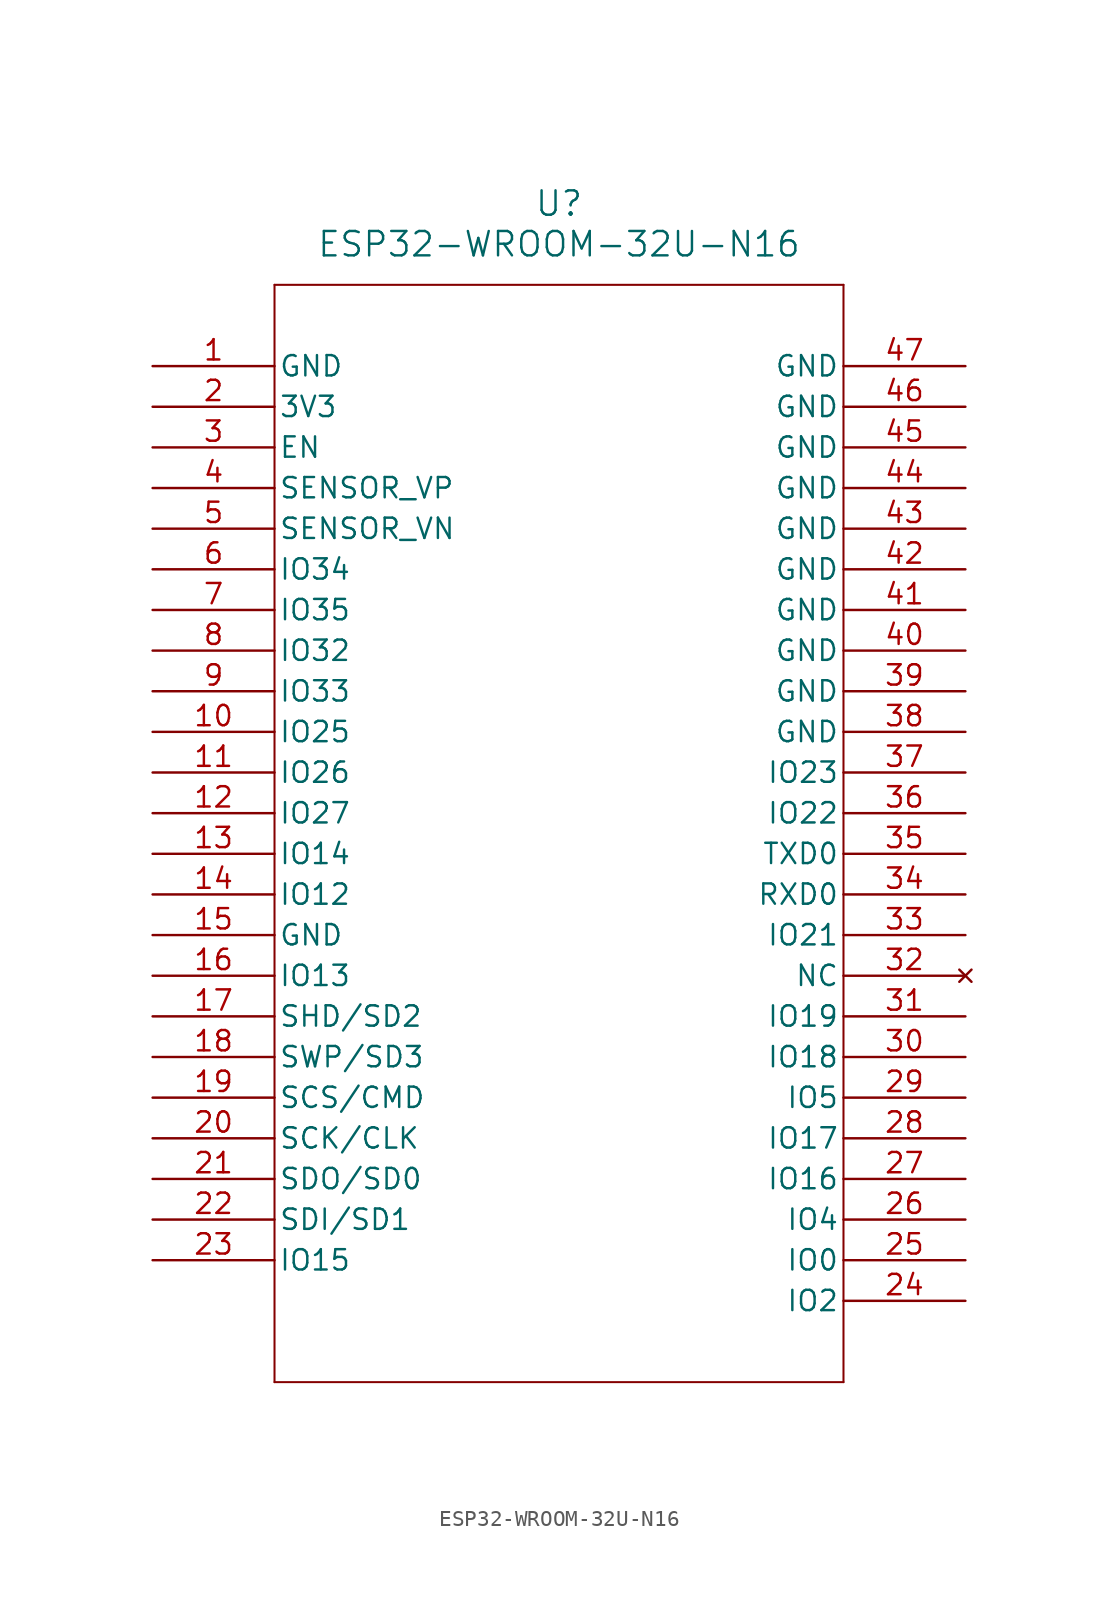
<source format=kicad_sym>
(kicad_symbol_lib
  (version 20211014)
  (generator kicad_symbol_editor)
  (symbol "ESP32-WROOM-32U-N16"
    (pin_names
      (offset 0.254))
    (property "Reference" "U"
      (at 25.4 10.16 0)
      (effects (font (size 1.524 1.524))))
    (property "Value" "ESP32-WROOM-32U-N16"
      (at 25.4 7.62 0)
      (effects (font (size 1.524 1.524))))
    (polyline
      (pts (xy 7.62 5.08) (xy 7.62 -63.5))
      (stroke (width 0.127) (type default) (color 0 0 0 0))
      (fill (type none)))
    (polyline
      (pts (xy 7.62 -63.5) (xy 43.18 -63.5))
      (stroke (width 0.127) (type default) (color 0 0 0 0))
      (fill (type none)))
    (polyline
      (pts (xy 43.18 -63.5) (xy 43.18 5.08))
      (stroke (width 0.127) (type default) (color 0 0 0 0))
      (fill (type none)))
    (polyline
      (pts (xy 43.18 5.08) (xy 7.62 5.08))
      (stroke (width 0.127) (type default) (color 0 0 0 0))
      (fill (type none)))
    (pin power_out line
      (at 0 0 0)
      (length 7.62)
      (name "GND" (effects (font (size 1.27 1.27))))
      (number "1" (effects (font (size 1.27 1.27)))))
    (pin power_in line
      (at 0 -2.54 0)
      (length 7.62)
      (name "3V3" (effects (font (size 1.27 1.27))))
      (number "2" (effects (font (size 1.27 1.27)))))
    (pin input line
      (at 0 -5.08 0)
      (length 7.62)
      (name "EN" (effects (font (size 1.27 1.27))))
      (number "3" (effects (font (size 1.27 1.27)))))
    (pin input line
      (at 0 -7.62 0)
      (length 7.62)
      (name "SENSOR_VP" (effects (font (size 1.27 1.27))))
      (number "4" (effects (font (size 1.27 1.27)))))
    (pin input line
      (at 0 -10.16 0)
      (length 7.62)
      (name "SENSOR_VN" (effects (font (size 1.27 1.27))))
      (number "5" (effects (font (size 1.27 1.27)))))
    (pin input line
      (at 0 -12.7 0)
      (length 7.62)
      (name "IO34" (effects (font (size 1.27 1.27))))
      (number "6" (effects (font (size 1.27 1.27)))))
    (pin input line
      (at 0 -15.24 0)
      (length 7.62)
      (name "IO35" (effects (font (size 1.27 1.27))))
      (number "7" (effects (font (size 1.27 1.27)))))
    (pin bidirectional line
      (at 0 -17.78 0)
      (length 7.62)
      (name "IO32" (effects (font (size 1.27 1.27))))
      (number "8" (effects (font (size 1.27 1.27)))))
    (pin bidirectional line
      (at 0 -20.32 0)
      (length 7.62)
      (name "IO33" (effects (font (size 1.27 1.27))))
      (number "9" (effects (font (size 1.27 1.27)))))
    (pin bidirectional line
      (at 0 -22.86 0)
      (length 7.62)
      (name "IO25" (effects (font (size 1.27 1.27))))
      (number "10" (effects (font (size 1.27 1.27)))))
    (pin bidirectional line
      (at 0 -25.4 0)
      (length 7.62)
      (name "IO26" (effects (font (size 1.27 1.27))))
      (number "11" (effects (font (size 1.27 1.27)))))
    (pin bidirectional line
      (at 0 -27.94 0)
      (length 7.62)
      (name "IO27" (effects (font (size 1.27 1.27))))
      (number "12" (effects (font (size 1.27 1.27)))))
    (pin bidirectional line
      (at 0 -30.48 0)
      (length 7.62)
      (name "IO14" (effects (font (size 1.27 1.27))))
      (number "13" (effects (font (size 1.27 1.27)))))
    (pin bidirectional line
      (at 0 -33.02 0)
      (length 7.62)
      (name "IO12" (effects (font (size 1.27 1.27))))
      (number "14" (effects (font (size 1.27 1.27)))))
    (pin power_out line
      (at 0 -35.56 0)
      (length 7.62)
      (name "GND" (effects (font (size 1.27 1.27))))
      (number "15" (effects (font (size 1.27 1.27)))))
    (pin bidirectional line
      (at 0 -38.1 0)
      (length 7.62)
      (name "IO13" (effects (font (size 1.27 1.27))))
      (number "16" (effects (font (size 1.27 1.27)))))
    (pin bidirectional line
      (at 0 -40.64 0)
      (length 7.62)
      (name "SHD/SD2" (effects (font (size 1.27 1.27))))
      (number "17" (effects (font (size 1.27 1.27)))))
    (pin bidirectional line
      (at 0 -43.18 0)
      (length 7.62)
      (name "SWP/SD3" (effects (font (size 1.27 1.27))))
      (number "18" (effects (font (size 1.27 1.27)))))
    (pin bidirectional line
      (at 0 -45.72 0)
      (length 7.62)
      (name "SCS/CMD" (effects (font (size 1.27 1.27))))
      (number "19" (effects (font (size 1.27 1.27)))))
    (pin bidirectional line
      (at 0 -48.26 0)
      (length 7.62)
      (name "SCK/CLK" (effects (font (size 1.27 1.27))))
      (number "20" (effects (font (size 1.27 1.27)))))
    (pin bidirectional line
      (at 0 -50.8 0)
      (length 7.62)
      (name "SDO/SD0" (effects (font (size 1.27 1.27))))
      (number "21" (effects (font (size 1.27 1.27)))))
    (pin bidirectional line
      (at 0 -53.34 0)
      (length 7.62)
      (name "SDI/SD1" (effects (font (size 1.27 1.27))))
      (number "22" (effects (font (size 1.27 1.27)))))
    (pin bidirectional line
      (at 0 -55.88 0)
      (length 7.62)
      (name "IO15" (effects (font (size 1.27 1.27))))
      (number "23" (effects (font (size 1.27 1.27)))))
    (pin bidirectional line
      (at 50.8 -58.42 180)
      (length 7.62)
      (name "IO2" (effects (font (size 1.27 1.27))))
      (number "24" (effects (font (size 1.27 1.27)))))
    (pin bidirectional line
      (at 50.8 -55.88 180)
      (length 7.62)
      (name "IO0" (effects (font (size 1.27 1.27))))
      (number "25" (effects (font (size 1.27 1.27)))))
    (pin bidirectional line
      (at 50.8 -53.34 180)
      (length 7.62)
      (name "IO4" (effects (font (size 1.27 1.27))))
      (number "26" (effects (font (size 1.27 1.27)))))
    (pin bidirectional line
      (at 50.8 -50.8 180)
      (length 7.62)
      (name "IO16" (effects (font (size 1.27 1.27))))
      (number "27" (effects (font (size 1.27 1.27)))))
    (pin bidirectional line
      (at 50.8 -48.26 180)
      (length 7.62)
      (name "IO17" (effects (font (size 1.27 1.27))))
      (number "28" (effects (font (size 1.27 1.27)))))
    (pin bidirectional line
      (at 50.8 -45.72 180)
      (length 7.62)
      (name "IO5" (effects (font (size 1.27 1.27))))
      (number "29" (effects (font (size 1.27 1.27)))))
    (pin bidirectional line
      (at 50.8 -43.18 180)
      (length 7.62)
      (name "IO18" (effects (font (size 1.27 1.27))))
      (number "30" (effects (font (size 1.27 1.27)))))
    (pin bidirectional line
      (at 50.8 -40.64 180)
      (length 7.62)
      (name "IO19" (effects (font (size 1.27 1.27))))
      (number "31" (effects (font (size 1.27 1.27)))))
    (pin no_connect line
      (at 50.8 -38.1 180)
      (length 7.62)
      (name "NC" (effects (font (size 1.27 1.27))))
      (number "32" (effects (font (size 1.27 1.27)))))
    (pin bidirectional line
      (at 50.8 -35.56 180)
      (length 7.62)
      (name "IO21" (effects (font (size 1.27 1.27))))
      (number "33" (effects (font (size 1.27 1.27)))))
    (pin bidirectional line
      (at 50.8 -33.02 180)
      (length 7.62)
      (name "RXD0" (effects (font (size 1.27 1.27))))
      (number "34" (effects (font (size 1.27 1.27)))))
    (pin bidirectional line
      (at 50.8 -30.48 180)
      (length 7.62)
      (name "TXD0" (effects (font (size 1.27 1.27))))
      (number "35" (effects (font (size 1.27 1.27)))))
    (pin bidirectional line
      (at 50.8 -27.94 180)
      (length 7.62)
      (name "IO22" (effects (font (size 1.27 1.27))))
      (number "36" (effects (font (size 1.27 1.27)))))
    (pin bidirectional line
      (at 50.8 -25.4 180)
      (length 7.62)
      (name "IO23" (effects (font (size 1.27 1.27))))
      (number "37" (effects (font (size 1.27 1.27)))))
    (pin power_out line
      (at 50.8 -22.86 180)
      (length 7.62)
      (name "GND" (effects (font (size 1.27 1.27))))
      (number "38" (effects (font (size 1.27 1.27)))))
    (pin power_out line
      (at 50.8 -20.32 180)
      (length 7.62)
      (name "GND" (effects (font (size 1.27 1.27))))
      (number "39" (effects (font (size 1.27 1.27)))))
    (pin power_out line
      (at 50.8 -17.78 180)
      (length 7.62)
      (name "GND" (effects (font (size 1.27 1.27))))
      (number "40" (effects (font (size 1.27 1.27)))))
    (pin power_out line
      (at 50.8 -15.24 180)
      (length 7.62)
      (name "GND" (effects (font (size 1.27 1.27))))
      (number "41" (effects (font (size 1.27 1.27)))))
    (pin power_out line
      (at 50.8 -12.7 180)
      (length 7.62)
      (name "GND" (effects (font (size 1.27 1.27))))
      (number "42" (effects (font (size 1.27 1.27)))))
    (pin power_out line
      (at 50.8 -10.16 180)
      (length 7.62)
      (name "GND" (effects (font (size 1.27 1.27))))
      (number "43" (effects (font (size 1.27 1.27)))))
    (pin power_out line
      (at 50.8 -7.62 180)
      (length 7.62)
      (name "GND" (effects (font (size 1.27 1.27))))
      (number "44" (effects (font (size 1.27 1.27)))))
    (pin power_out line
      (at 50.8 -5.08 180)
      (length 7.62)
      (name "GND" (effects (font (size 1.27 1.27))))
      (number "45" (effects (font (size 1.27 1.27)))))
    (pin power_out line
      (at 50.8 -2.54 180)
      (length 7.62)
      (name "GND" (effects (font (size 1.27 1.27))))
      (number "46" (effects (font (size 1.27 1.27)))))
    (pin power_out line
      (at 50.8 0 180)
      (length 7.62)
      (name "GND" (effects (font (size 1.27 1.27))))
      (number "47" (effects (font (size 1.27 1.27)))))))
</source>
